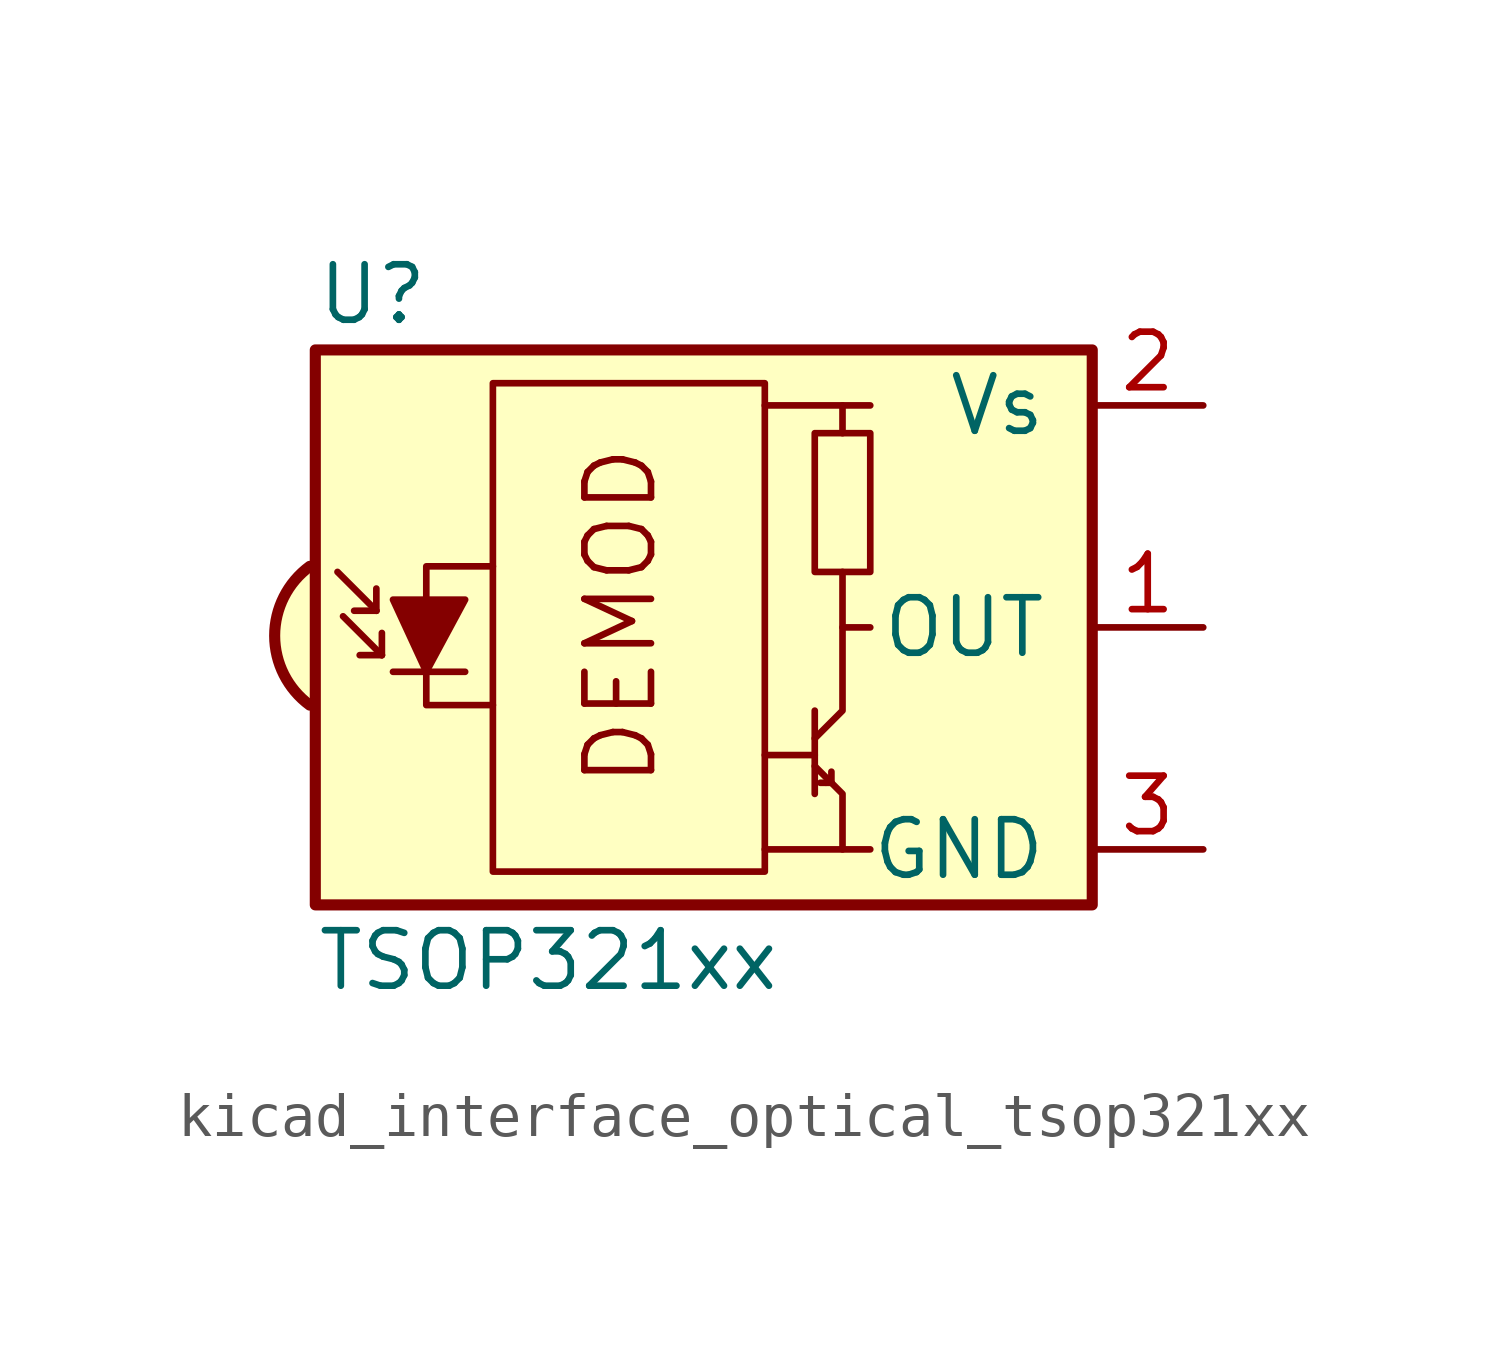
<source format=kicad_sym>
(kicad_symbol_lib
  (version 20220914)
  (generator kicad_symbol_editor)
  (symbol "kicad_interface_optical_tsop321xx"
    (pin_names
      (offset 1.016))
    (property "Reference" "U"
      (at -10.16 7.62 0)
      (effects (font (size 1.27 1.27)) (justify left)))
    (property "Value" "TSOP321xx"
      (at -10.16 -7.62 0)
      (effects (font (size 1.27 1.27)) (justify left)))
    (symbol "kicad_interface_optical_tsop321xx_0_0"
      (arc (start -10.287 1.397) (mid -11.0899 -0.1852) (end -10.287 -1.778) (stroke (width 0.254) (type default)) (fill (type background)))
      (polyline (pts (xy 1.905 -5.08) (xy 0.127 -5.08)) (stroke (width 0) (type default)) (fill (type none)))
      (polyline (pts (xy 1.905 5.08) (xy 0.127 5.08)) (stroke (width 0) (type default)) (fill (type none)))
      (text "DEMOD" (at -3.175 0.254 900) (effects (font (size 1.524 1.524)))))
    (symbol "kicad_interface_optical_tsop321xx_0_1"
      (rectangle (start -6.096 5.588) (end 0.127 -5.588) (stroke (width 0) (type default)) (fill (type none)))
      (polyline (pts (xy -8.763 0.381) (xy -9.652 1.27)) (stroke (width 0) (type default)) (fill (type none)))
      (polyline (pts (xy -8.763 0.381) (xy -9.271 0.381)) (stroke (width 0) (type default)) (fill (type none)))
      (polyline (pts (xy -8.763 0.381) (xy -8.763 0.889)) (stroke (width 0) (type default)) (fill (type none)))
      (polyline (pts (xy -8.636 -0.635) (xy -9.525 0.254)) (stroke (width 0) (type default)) (fill (type none)))
      (polyline (pts (xy -8.636 -0.635) (xy -9.144 -0.635)) (stroke (width 0) (type default)) (fill (type none)))
      (polyline (pts (xy -8.636 -0.635) (xy -8.636 -0.127)) (stroke (width 0) (type default)) (fill (type none)))
      (polyline (pts (xy -8.382 -1.016) (xy -6.731 -1.016)) (stroke (width 0) (type default)) (fill (type none)))
      (polyline (pts (xy 1.27 -2.921) (xy 0.127 -2.921)) (stroke (width 0) (type default)) (fill (type none)))
      (polyline (pts (xy 1.27 -1.905) (xy 1.27 -3.81)) (stroke (width 0) (type default)) (fill (type none)))
      (polyline (pts (xy 1.397 -3.556) (xy 1.524 -3.556)) (stroke (width 0) (type default)) (fill (type none)))
      (polyline (pts (xy 1.651 -3.556) (xy 1.524 -3.556)) (stroke (width 0) (type default)) (fill (type none)))
      (polyline (pts (xy 1.651 -3.556) (xy 1.651 -3.302)) (stroke (width 0) (type default)) (fill (type none)))
      (polyline (pts (xy 1.905 0) (xy 1.905 1.27)) (stroke (width 0) (type default)) (fill (type none)))
      (polyline (pts (xy 1.905 4.445) (xy 1.905 5.08) (xy 2.54 5.08)) (stroke (width 0) (type default)) (fill (type none)))
      (polyline (pts (xy -8.382 0.635) (xy -6.731 0.635) (xy -7.62 -1.016) (xy -8.382 0.635)) (stroke (width 0) (type default)) (fill (type outline)))
      (polyline (pts (xy -6.096 1.397) (xy -7.62 1.397) (xy -7.62 -1.778) (xy -6.096 -1.778)) (stroke (width 0) (type default)) (fill (type none)))
      (polyline (pts (xy 1.27 -3.175) (xy 1.905 -3.81) (xy 1.905 -5.08) (xy 2.54 -5.08)) (stroke (width 0) (type default)) (fill (type none)))
      (polyline (pts (xy 1.27 -2.54) (xy 1.905 -1.905) (xy 1.905 0) (xy 2.54 0)) (stroke (width 0) (type default)) (fill (type none)))
      (rectangle (start 2.54 1.27) (end 1.27 4.445) (stroke (width 0) (type default)) (fill (type none)))
      (rectangle (start 7.62 6.35) (end -10.16 -6.35) (stroke (width 0.254) (type default)) (fill (type background))))
    (symbol "kicad_interface_optical_tsop321xx_1_1"
      (pin output line (at 10.16 0 180) (length 2.54) (name "OUT" (effects (font (size 1.27 1.27)))) (number "1" (effects (font (size 1.27 1.27)))))
      (pin power_in line (at 10.16 5.08 180) (length 2.54) (name "Vs" (effects (font (size 1.27 1.27)))) (number "2" (effects (font (size 1.27 1.27)))))
      (pin power_in line (at 10.16 -5.08 180) (length 2.54) (name "GND" (effects (font (size 1.27 1.27)))) (number "3" (effects (font (size 1.27 1.27))))))))
</source>
